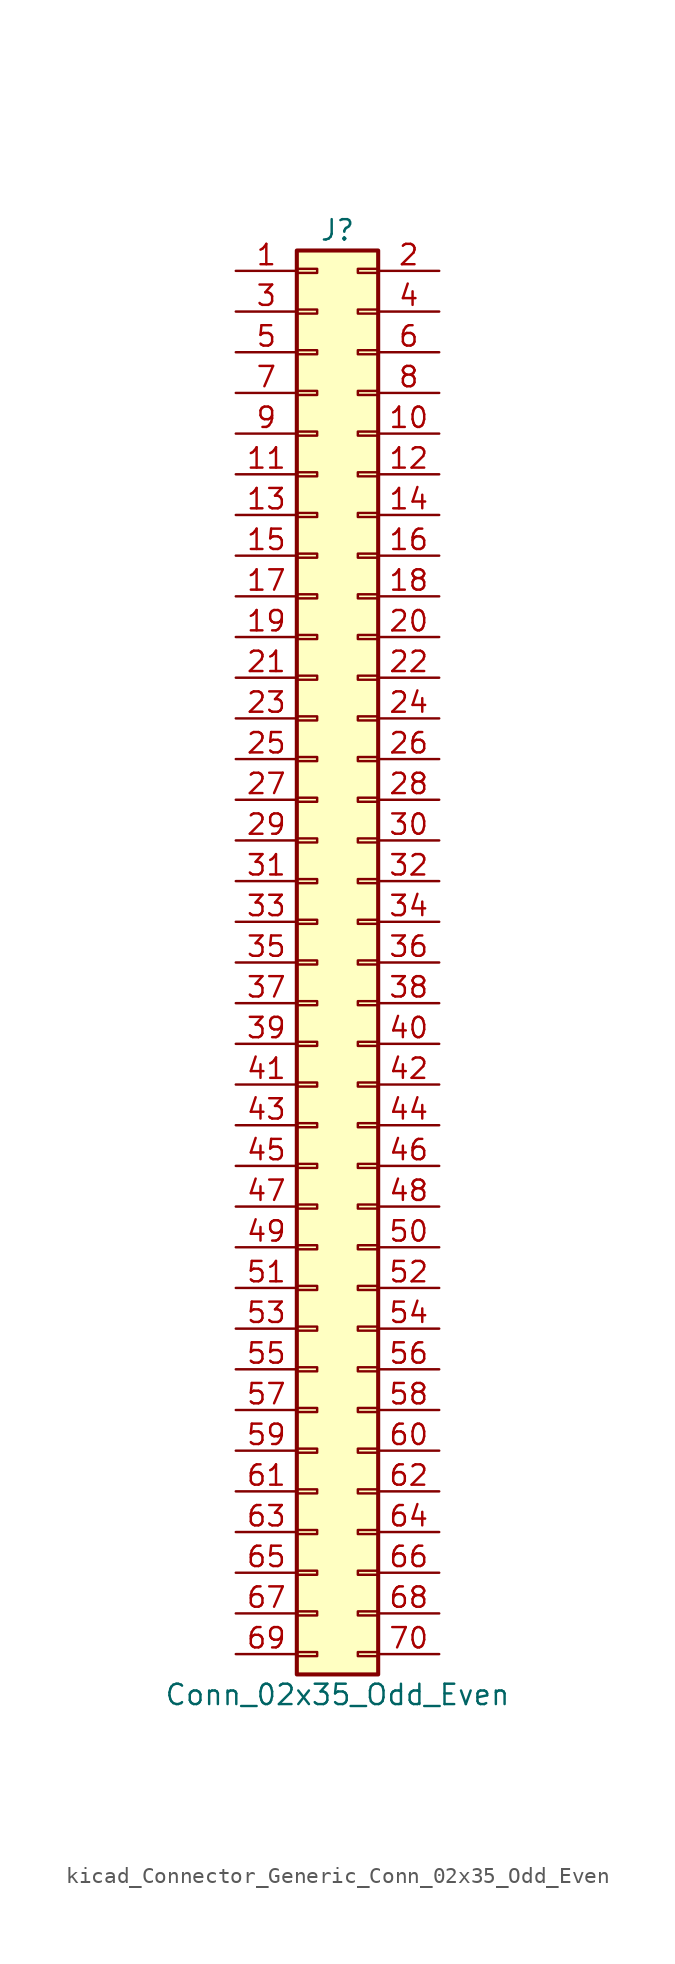
<source format=kicad_sym>
(kicad_symbol_lib
  (version 20220914)
  (generator kicad_symbol_editor)
  (symbol "kicad_Connector_Generic_Conn_02x35_Odd_Even"
    (pin_names
      (offset 1.016) hide)
    (property "Reference" "J"
      (at 1.27 45.72 0)
      (effects (font (size 1.27 1.27))))
    (property "Value" "Conn_02x35_Odd_Even"
      (at 1.27 -45.72 0)
      (effects (font (size 1.27 1.27))))
    (symbol "kicad_Connector_Generic_Conn_02x35_Odd_Even_1_1"
      (rectangle (start -1.27 -43.053) (end 0 -43.307) (stroke (width 0.152) (type default)) (fill (type none)))
      (rectangle (start -1.27 -40.513) (end 0 -40.767) (stroke (width 0.152) (type default)) (fill (type none)))
      (rectangle (start -1.27 -37.973) (end 0 -38.227) (stroke (width 0.152) (type default)) (fill (type none)))
      (rectangle (start -1.27 -35.433) (end 0 -35.687) (stroke (width 0.152) (type default)) (fill (type none)))
      (rectangle (start -1.27 -32.893) (end 0 -33.147) (stroke (width 0.152) (type default)) (fill (type none)))
      (rectangle (start -1.27 -30.353) (end 0 -30.607) (stroke (width 0.152) (type default)) (fill (type none)))
      (rectangle (start -1.27 -27.813) (end 0 -28.067) (stroke (width 0.152) (type default)) (fill (type none)))
      (rectangle (start -1.27 -25.273) (end 0 -25.527) (stroke (width 0.152) (type default)) (fill (type none)))
      (rectangle (start -1.27 -22.733) (end 0 -22.987) (stroke (width 0.152) (type default)) (fill (type none)))
      (rectangle (start -1.27 -20.193) (end 0 -20.447) (stroke (width 0.152) (type default)) (fill (type none)))
      (rectangle (start -1.27 -17.653) (end 0 -17.907) (stroke (width 0.152) (type default)) (fill (type none)))
      (rectangle (start -1.27 -15.113) (end 0 -15.367) (stroke (width 0.152) (type default)) (fill (type none)))
      (rectangle (start -1.27 -12.573) (end 0 -12.827) (stroke (width 0.152) (type default)) (fill (type none)))
      (rectangle (start -1.27 -10.033) (end 0 -10.287) (stroke (width 0.152) (type default)) (fill (type none)))
      (rectangle (start -1.27 -7.493) (end 0 -7.747) (stroke (width 0.152) (type default)) (fill (type none)))
      (rectangle (start -1.27 -4.953) (end 0 -5.207) (stroke (width 0.152) (type default)) (fill (type none)))
      (rectangle (start -1.27 -2.413) (end 0 -2.667) (stroke (width 0.152) (type default)) (fill (type none)))
      (rectangle (start -1.27 0.127) (end 0 -0.127) (stroke (width 0.152) (type default)) (fill (type none)))
      (rectangle (start -1.27 2.667) (end 0 2.413) (stroke (width 0.152) (type default)) (fill (type none)))
      (rectangle (start -1.27 5.207) (end 0 4.953) (stroke (width 0.152) (type default)) (fill (type none)))
      (rectangle (start -1.27 7.747) (end 0 7.493) (stroke (width 0.152) (type default)) (fill (type none)))
      (rectangle (start -1.27 10.287) (end 0 10.033) (stroke (width 0.152) (type default)) (fill (type none)))
      (rectangle (start -1.27 12.827) (end 0 12.573) (stroke (width 0.152) (type default)) (fill (type none)))
      (rectangle (start -1.27 15.367) (end 0 15.113) (stroke (width 0.152) (type default)) (fill (type none)))
      (rectangle (start -1.27 17.907) (end 0 17.653) (stroke (width 0.152) (type default)) (fill (type none)))
      (rectangle (start -1.27 20.447) (end 0 20.193) (stroke (width 0.152) (type default)) (fill (type none)))
      (rectangle (start -1.27 22.987) (end 0 22.733) (stroke (width 0.152) (type default)) (fill (type none)))
      (rectangle (start -1.27 25.527) (end 0 25.273) (stroke (width 0.152) (type default)) (fill (type none)))
      (rectangle (start -1.27 28.067) (end 0 27.813) (stroke (width 0.152) (type default)) (fill (type none)))
      (rectangle (start -1.27 30.607) (end 0 30.353) (stroke (width 0.152) (type default)) (fill (type none)))
      (rectangle (start -1.27 33.147) (end 0 32.893) (stroke (width 0.152) (type default)) (fill (type none)))
      (rectangle (start -1.27 35.687) (end 0 35.433) (stroke (width 0.152) (type default)) (fill (type none)))
      (rectangle (start -1.27 38.227) (end 0 37.973) (stroke (width 0.152) (type default)) (fill (type none)))
      (rectangle (start -1.27 40.767) (end 0 40.513) (stroke (width 0.152) (type default)) (fill (type none)))
      (rectangle (start -1.27 43.307) (end 0 43.053) (stroke (width 0.152) (type default)) (fill (type none)))
      (rectangle (start -1.27 44.45) (end 3.81 -44.45) (stroke (width 0.254) (type default)) (fill (type background)))
      (rectangle (start 3.81 -43.053) (end 2.54 -43.307) (stroke (width 0.152) (type default)) (fill (type none)))
      (rectangle (start 3.81 -40.513) (end 2.54 -40.767) (stroke (width 0.152) (type default)) (fill (type none)))
      (rectangle (start 3.81 -37.973) (end 2.54 -38.227) (stroke (width 0.152) (type default)) (fill (type none)))
      (rectangle (start 3.81 -35.433) (end 2.54 -35.687) (stroke (width 0.152) (type default)) (fill (type none)))
      (rectangle (start 3.81 -32.893) (end 2.54 -33.147) (stroke (width 0.152) (type default)) (fill (type none)))
      (rectangle (start 3.81 -30.353) (end 2.54 -30.607) (stroke (width 0.152) (type default)) (fill (type none)))
      (rectangle (start 3.81 -27.813) (end 2.54 -28.067) (stroke (width 0.152) (type default)) (fill (type none)))
      (rectangle (start 3.81 -25.273) (end 2.54 -25.527) (stroke (width 0.152) (type default)) (fill (type none)))
      (rectangle (start 3.81 -22.733) (end 2.54 -22.987) (stroke (width 0.152) (type default)) (fill (type none)))
      (rectangle (start 3.81 -20.193) (end 2.54 -20.447) (stroke (width 0.152) (type default)) (fill (type none)))
      (rectangle (start 3.81 -17.653) (end 2.54 -17.907) (stroke (width 0.152) (type default)) (fill (type none)))
      (rectangle (start 3.81 -15.113) (end 2.54 -15.367) (stroke (width 0.152) (type default)) (fill (type none)))
      (rectangle (start 3.81 -12.573) (end 2.54 -12.827) (stroke (width 0.152) (type default)) (fill (type none)))
      (rectangle (start 3.81 -10.033) (end 2.54 -10.287) (stroke (width 0.152) (type default)) (fill (type none)))
      (rectangle (start 3.81 -7.493) (end 2.54 -7.747) (stroke (width 0.152) (type default)) (fill (type none)))
      (rectangle (start 3.81 -4.953) (end 2.54 -5.207) (stroke (width 0.152) (type default)) (fill (type none)))
      (rectangle (start 3.81 -2.413) (end 2.54 -2.667) (stroke (width 0.152) (type default)) (fill (type none)))
      (rectangle (start 3.81 0.127) (end 2.54 -0.127) (stroke (width 0.152) (type default)) (fill (type none)))
      (rectangle (start 3.81 2.667) (end 2.54 2.413) (stroke (width 0.152) (type default)) (fill (type none)))
      (rectangle (start 3.81 5.207) (end 2.54 4.953) (stroke (width 0.152) (type default)) (fill (type none)))
      (rectangle (start 3.81 7.747) (end 2.54 7.493) (stroke (width 0.152) (type default)) (fill (type none)))
      (rectangle (start 3.81 10.287) (end 2.54 10.033) (stroke (width 0.152) (type default)) (fill (type none)))
      (rectangle (start 3.81 12.827) (end 2.54 12.573) (stroke (width 0.152) (type default)) (fill (type none)))
      (rectangle (start 3.81 15.367) (end 2.54 15.113) (stroke (width 0.152) (type default)) (fill (type none)))
      (rectangle (start 3.81 17.907) (end 2.54 17.653) (stroke (width 0.152) (type default)) (fill (type none)))
      (rectangle (start 3.81 20.447) (end 2.54 20.193) (stroke (width 0.152) (type default)) (fill (type none)))
      (rectangle (start 3.81 22.987) (end 2.54 22.733) (stroke (width 0.152) (type default)) (fill (type none)))
      (rectangle (start 3.81 25.527) (end 2.54 25.273) (stroke (width 0.152) (type default)) (fill (type none)))
      (rectangle (start 3.81 28.067) (end 2.54 27.813) (stroke (width 0.152) (type default)) (fill (type none)))
      (rectangle (start 3.81 30.607) (end 2.54 30.353) (stroke (width 0.152) (type default)) (fill (type none)))
      (rectangle (start 3.81 33.147) (end 2.54 32.893) (stroke (width 0.152) (type default)) (fill (type none)))
      (rectangle (start 3.81 35.687) (end 2.54 35.433) (stroke (width 0.152) (type default)) (fill (type none)))
      (rectangle (start 3.81 38.227) (end 2.54 37.973) (stroke (width 0.152) (type default)) (fill (type none)))
      (rectangle (start 3.81 40.767) (end 2.54 40.513) (stroke (width 0.152) (type default)) (fill (type none)))
      (rectangle (start 3.81 43.307) (end 2.54 43.053) (stroke (width 0.152) (type default)) (fill (type none)))
      (pin passive line (at -5.08 43.18 0) (length 3.81) (name "Pin_1" (effects (font (size 1.27 1.27)))) (number "1" (effects (font (size 1.27 1.27)))))
      (pin passive line (at 7.62 33.02 180) (length 3.81) (name "Pin_10" (effects (font (size 1.27 1.27)))) (number "10" (effects (font (size 1.27 1.27)))))
      (pin passive line (at -5.08 30.48 0) (length 3.81) (name "Pin_11" (effects (font (size 1.27 1.27)))) (number "11" (effects (font (size 1.27 1.27)))))
      (pin passive line (at 7.62 30.48 180) (length 3.81) (name "Pin_12" (effects (font (size 1.27 1.27)))) (number "12" (effects (font (size 1.27 1.27)))))
      (pin passive line (at -5.08 27.94 0) (length 3.81) (name "Pin_13" (effects (font (size 1.27 1.27)))) (number "13" (effects (font (size 1.27 1.27)))))
      (pin passive line (at 7.62 27.94 180) (length 3.81) (name "Pin_14" (effects (font (size 1.27 1.27)))) (number "14" (effects (font (size 1.27 1.27)))))
      (pin passive line (at -5.08 25.4 0) (length 3.81) (name "Pin_15" (effects (font (size 1.27 1.27)))) (number "15" (effects (font (size 1.27 1.27)))))
      (pin passive line (at 7.62 25.4 180) (length 3.81) (name "Pin_16" (effects (font (size 1.27 1.27)))) (number "16" (effects (font (size 1.27 1.27)))))
      (pin passive line (at -5.08 22.86 0) (length 3.81) (name "Pin_17" (effects (font (size 1.27 1.27)))) (number "17" (effects (font (size 1.27 1.27)))))
      (pin passive line (at 7.62 22.86 180) (length 3.81) (name "Pin_18" (effects (font (size 1.27 1.27)))) (number "18" (effects (font (size 1.27 1.27)))))
      (pin passive line (at -5.08 20.32 0) (length 3.81) (name "Pin_19" (effects (font (size 1.27 1.27)))) (number "19" (effects (font (size 1.27 1.27)))))
      (pin passive line (at 7.62 43.18 180) (length 3.81) (name "Pin_2" (effects (font (size 1.27 1.27)))) (number "2" (effects (font (size 1.27 1.27)))))
      (pin passive line (at 7.62 20.32 180) (length 3.81) (name "Pin_20" (effects (font (size 1.27 1.27)))) (number "20" (effects (font (size 1.27 1.27)))))
      (pin passive line (at -5.08 17.78 0) (length 3.81) (name "Pin_21" (effects (font (size 1.27 1.27)))) (number "21" (effects (font (size 1.27 1.27)))))
      (pin passive line (at 7.62 17.78 180) (length 3.81) (name "Pin_22" (effects (font (size 1.27 1.27)))) (number "22" (effects (font (size 1.27 1.27)))))
      (pin passive line (at -5.08 15.24 0) (length 3.81) (name "Pin_23" (effects (font (size 1.27 1.27)))) (number "23" (effects (font (size 1.27 1.27)))))
      (pin passive line (at 7.62 15.24 180) (length 3.81) (name "Pin_24" (effects (font (size 1.27 1.27)))) (number "24" (effects (font (size 1.27 1.27)))))
      (pin passive line (at -5.08 12.7 0) (length 3.81) (name "Pin_25" (effects (font (size 1.27 1.27)))) (number "25" (effects (font (size 1.27 1.27)))))
      (pin passive line (at 7.62 12.7 180) (length 3.81) (name "Pin_26" (effects (font (size 1.27 1.27)))) (number "26" (effects (font (size 1.27 1.27)))))
      (pin passive line (at -5.08 10.16 0) (length 3.81) (name "Pin_27" (effects (font (size 1.27 1.27)))) (number "27" (effects (font (size 1.27 1.27)))))
      (pin passive line (at 7.62 10.16 180) (length 3.81) (name "Pin_28" (effects (font (size 1.27 1.27)))) (number "28" (effects (font (size 1.27 1.27)))))
      (pin passive line (at -5.08 7.62 0) (length 3.81) (name "Pin_29" (effects (font (size 1.27 1.27)))) (number "29" (effects (font (size 1.27 1.27)))))
      (pin passive line (at -5.08 40.64 0) (length 3.81) (name "Pin_3" (effects (font (size 1.27 1.27)))) (number "3" (effects (font (size 1.27 1.27)))))
      (pin passive line (at 7.62 7.62 180) (length 3.81) (name "Pin_30" (effects (font (size 1.27 1.27)))) (number "30" (effects (font (size 1.27 1.27)))))
      (pin passive line (at -5.08 5.08 0) (length 3.81) (name "Pin_31" (effects (font (size 1.27 1.27)))) (number "31" (effects (font (size 1.27 1.27)))))
      (pin passive line (at 7.62 5.08 180) (length 3.81) (name "Pin_32" (effects (font (size 1.27 1.27)))) (number "32" (effects (font (size 1.27 1.27)))))
      (pin passive line (at -5.08 2.54 0) (length 3.81) (name "Pin_33" (effects (font (size 1.27 1.27)))) (number "33" (effects (font (size 1.27 1.27)))))
      (pin passive line (at 7.62 2.54 180) (length 3.81) (name "Pin_34" (effects (font (size 1.27 1.27)))) (number "34" (effects (font (size 1.27 1.27)))))
      (pin passive line (at -5.08 0 0) (length 3.81) (name "Pin_35" (effects (font (size 1.27 1.27)))) (number "35" (effects (font (size 1.27 1.27)))))
      (pin passive line (at 7.62 0 180) (length 3.81) (name "Pin_36" (effects (font (size 1.27 1.27)))) (number "36" (effects (font (size 1.27 1.27)))))
      (pin passive line (at -5.08 -2.54 0) (length 3.81) (name "Pin_37" (effects (font (size 1.27 1.27)))) (number "37" (effects (font (size 1.27 1.27)))))
      (pin passive line (at 7.62 -2.54 180) (length 3.81) (name "Pin_38" (effects (font (size 1.27 1.27)))) (number "38" (effects (font (size 1.27 1.27)))))
      (pin passive line (at -5.08 -5.08 0) (length 3.81) (name "Pin_39" (effects (font (size 1.27 1.27)))) (number "39" (effects (font (size 1.27 1.27)))))
      (pin passive line (at 7.62 40.64 180) (length 3.81) (name "Pin_4" (effects (font (size 1.27 1.27)))) (number "4" (effects (font (size 1.27 1.27)))))
      (pin passive line (at 7.62 -5.08 180) (length 3.81) (name "Pin_40" (effects (font (size 1.27 1.27)))) (number "40" (effects (font (size 1.27 1.27)))))
      (pin passive line (at -5.08 -7.62 0) (length 3.81) (name "Pin_41" (effects (font (size 1.27 1.27)))) (number "41" (effects (font (size 1.27 1.27)))))
      (pin passive line (at 7.62 -7.62 180) (length 3.81) (name "Pin_42" (effects (font (size 1.27 1.27)))) (number "42" (effects (font (size 1.27 1.27)))))
      (pin passive line (at -5.08 -10.16 0) (length 3.81) (name "Pin_43" (effects (font (size 1.27 1.27)))) (number "43" (effects (font (size 1.27 1.27)))))
      (pin passive line (at 7.62 -10.16 180) (length 3.81) (name "Pin_44" (effects (font (size 1.27 1.27)))) (number "44" (effects (font (size 1.27 1.27)))))
      (pin passive line (at -5.08 -12.7 0) (length 3.81) (name "Pin_45" (effects (font (size 1.27 1.27)))) (number "45" (effects (font (size 1.27 1.27)))))
      (pin passive line (at 7.62 -12.7 180) (length 3.81) (name "Pin_46" (effects (font (size 1.27 1.27)))) (number "46" (effects (font (size 1.27 1.27)))))
      (pin passive line (at -5.08 -15.24 0) (length 3.81) (name "Pin_47" (effects (font (size 1.27 1.27)))) (number "47" (effects (font (size 1.27 1.27)))))
      (pin passive line (at 7.62 -15.24 180) (length 3.81) (name "Pin_48" (effects (font (size 1.27 1.27)))) (number "48" (effects (font (size 1.27 1.27)))))
      (pin passive line (at -5.08 -17.78 0) (length 3.81) (name "Pin_49" (effects (font (size 1.27 1.27)))) (number "49" (effects (font (size 1.27 1.27)))))
      (pin passive line (at -5.08 38.1 0) (length 3.81) (name "Pin_5" (effects (font (size 1.27 1.27)))) (number "5" (effects (font (size 1.27 1.27)))))
      (pin passive line (at 7.62 -17.78 180) (length 3.81) (name "Pin_50" (effects (font (size 1.27 1.27)))) (number "50" (effects (font (size 1.27 1.27)))))
      (pin passive line (at -5.08 -20.32 0) (length 3.81) (name "Pin_51" (effects (font (size 1.27 1.27)))) (number "51" (effects (font (size 1.27 1.27)))))
      (pin passive line (at 7.62 -20.32 180) (length 3.81) (name "Pin_52" (effects (font (size 1.27 1.27)))) (number "52" (effects (font (size 1.27 1.27)))))
      (pin passive line (at -5.08 -22.86 0) (length 3.81) (name "Pin_53" (effects (font (size 1.27 1.27)))) (number "53" (effects (font (size 1.27 1.27)))))
      (pin passive line (at 7.62 -22.86 180) (length 3.81) (name "Pin_54" (effects (font (size 1.27 1.27)))) (number "54" (effects (font (size 1.27 1.27)))))
      (pin passive line (at -5.08 -25.4 0) (length 3.81) (name "Pin_55" (effects (font (size 1.27 1.27)))) (number "55" (effects (font (size 1.27 1.27)))))
      (pin passive line (at 7.62 -25.4 180) (length 3.81) (name "Pin_56" (effects (font (size 1.27 1.27)))) (number "56" (effects (font (size 1.27 1.27)))))
      (pin passive line (at -5.08 -27.94 0) (length 3.81) (name "Pin_57" (effects (font (size 1.27 1.27)))) (number "57" (effects (font (size 1.27 1.27)))))
      (pin passive line (at 7.62 -27.94 180) (length 3.81) (name "Pin_58" (effects (font (size 1.27 1.27)))) (number "58" (effects (font (size 1.27 1.27)))))
      (pin passive line (at -5.08 -30.48 0) (length 3.81) (name "Pin_59" (effects (font (size 1.27 1.27)))) (number "59" (effects (font (size 1.27 1.27)))))
      (pin passive line (at 7.62 38.1 180) (length 3.81) (name "Pin_6" (effects (font (size 1.27 1.27)))) (number "6" (effects (font (size 1.27 1.27)))))
      (pin passive line (at 7.62 -30.48 180) (length 3.81) (name "Pin_60" (effects (font (size 1.27 1.27)))) (number "60" (effects (font (size 1.27 1.27)))))
      (pin passive line (at -5.08 -33.02 0) (length 3.81) (name "Pin_61" (effects (font (size 1.27 1.27)))) (number "61" (effects (font (size 1.27 1.27)))))
      (pin passive line (at 7.62 -33.02 180) (length 3.81) (name "Pin_62" (effects (font (size 1.27 1.27)))) (number "62" (effects (font (size 1.27 1.27)))))
      (pin passive line (at -5.08 -35.56 0) (length 3.81) (name "Pin_63" (effects (font (size 1.27 1.27)))) (number "63" (effects (font (size 1.27 1.27)))))
      (pin passive line (at 7.62 -35.56 180) (length 3.81) (name "Pin_64" (effects (font (size 1.27 1.27)))) (number "64" (effects (font (size 1.27 1.27)))))
      (pin passive line (at -5.08 -38.1 0) (length 3.81) (name "Pin_65" (effects (font (size 1.27 1.27)))) (number "65" (effects (font (size 1.27 1.27)))))
      (pin passive line (at 7.62 -38.1 180) (length 3.81) (name "Pin_66" (effects (font (size 1.27 1.27)))) (number "66" (effects (font (size 1.27 1.27)))))
      (pin passive line (at -5.08 -40.64 0) (length 3.81) (name "Pin_67" (effects (font (size 1.27 1.27)))) (number "67" (effects (font (size 1.27 1.27)))))
      (pin passive line (at 7.62 -40.64 180) (length 3.81) (name "Pin_68" (effects (font (size 1.27 1.27)))) (number "68" (effects (font (size 1.27 1.27)))))
      (pin passive line (at -5.08 -43.18 0) (length 3.81) (name "Pin_69" (effects (font (size 1.27 1.27)))) (number "69" (effects (font (size 1.27 1.27)))))
      (pin passive line (at -5.08 35.56 0) (length 3.81) (name "Pin_7" (effects (font (size 1.27 1.27)))) (number "7" (effects (font (size 1.27 1.27)))))
      (pin passive line (at 7.62 -43.18 180) (length 3.81) (name "Pin_70" (effects (font (size 1.27 1.27)))) (number "70" (effects (font (size 1.27 1.27)))))
      (pin passive line (at 7.62 35.56 180) (length 3.81) (name "Pin_8" (effects (font (size 1.27 1.27)))) (number "8" (effects (font (size 1.27 1.27)))))
      (pin passive line (at -5.08 33.02 0) (length 3.81) (name "Pin_9" (effects (font (size 1.27 1.27)))) (number "9" (effects (font (size 1.27 1.27))))))))
</source>
